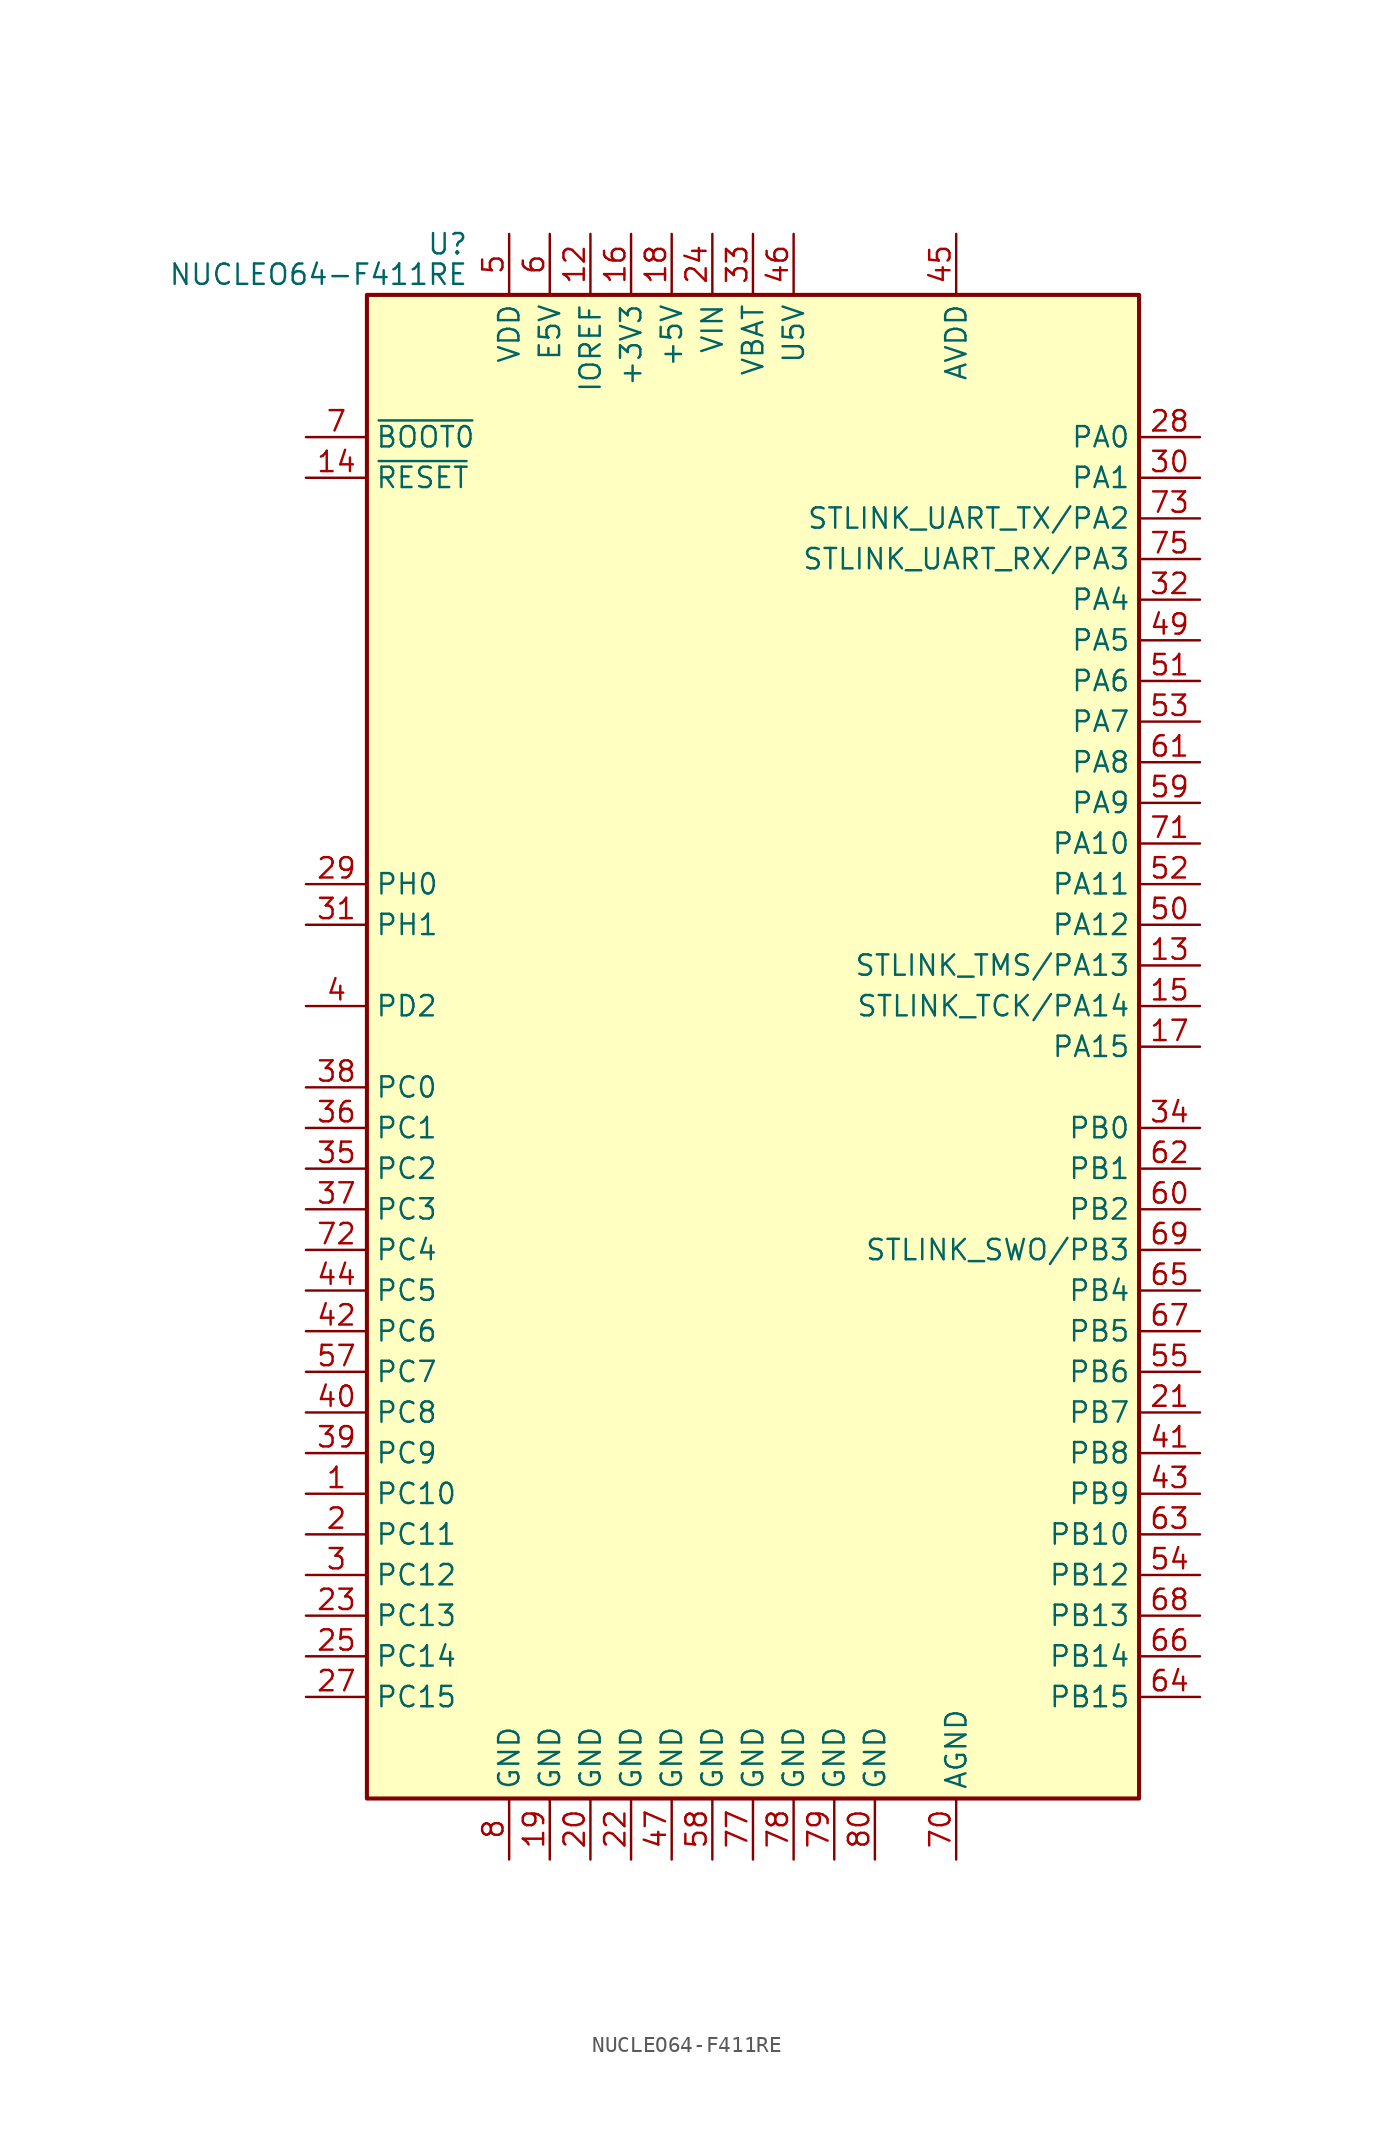
<source format=kicad_sym>
(kicad_symbol_lib
  (version 20211014)
  (generator kicad_symbol_editor)
  (symbol "NUCLEO64-F411RE"
    (property "Reference" "U"
      (at -17.78 50.165 0)
      (effects (font (size 1.27 1.27)) (justify right)))
    (property "Value" "NUCLEO64-F411RE"
      (at -17.78 48.26 0)
      (effects (font (size 1.27 1.27)) (justify right)))
    (symbol "NUCLEO64-F411RE_0_1"
      (rectangle (start -24.13 -46.99) (end 24.13 46.99) (stroke (width 0.254) (type default) (color 0 0 0 0)) (fill (type background))))
    (symbol "NUCLEO64-F411RE_1_1"
      (pin bidirectional line (at -27.94 -27.94 0) (length 3.81) (name "PC10" (effects (font (size 1.27 1.27)))) (number "1" (effects (font (size 1.27 1.27)))))
      (pin no_connect line (at -27.94 20.32 0) (length 3.81) hide (name "NC" (effects (font (size 1.27 1.27)))) (number "10" (effects (font (size 1.27 1.27)))))
      (pin no_connect line (at -27.94 15.24 0) (length 3.81) hide (name "NC" (effects (font (size 1.27 1.27)))) (number "11" (effects (font (size 1.27 1.27)))))
      (pin power_in line (at -10.16 50.8 270) (length 3.81) (name "IOREF" (effects (font (size 1.27 1.27)))) (number "12" (effects (font (size 1.27 1.27)))))
      (pin bidirectional line (at 27.94 5.08 180) (length 3.81) (name "STLINK_TMS/PA13" (effects (font (size 1.27 1.27)))) (number "13" (effects (font (size 1.27 1.27)))))
      (pin input line (at -27.94 35.56 0) (length 3.81) (name "~{RESET}" (effects (font (size 1.27 1.27)))) (number "14" (effects (font (size 1.27 1.27)))))
      (pin bidirectional line (at 27.94 2.54 180) (length 3.81) (name "STLINK_TCK/PA14" (effects (font (size 1.27 1.27)))) (number "15" (effects (font (size 1.27 1.27)))))
      (pin power_in line (at -7.62 50.8 270) (length 3.81) (name "+3V3" (effects (font (size 1.27 1.27)))) (number "16" (effects (font (size 1.27 1.27)))))
      (pin bidirectional line (at 27.94 0 180) (length 3.81) (name "PA15" (effects (font (size 1.27 1.27)))) (number "17" (effects (font (size 1.27 1.27)))))
      (pin power_in line (at -5.08 50.8 270) (length 3.81) (name "+5V" (effects (font (size 1.27 1.27)))) (number "18" (effects (font (size 1.27 1.27)))))
      (pin power_in line (at -12.7 -50.8 90) (length 3.81) (name "GND" (effects (font (size 1.27 1.27)))) (number "19" (effects (font (size 1.27 1.27)))))
      (pin bidirectional line (at -27.94 -30.48 0) (length 3.81) (name "PC11" (effects (font (size 1.27 1.27)))) (number "2" (effects (font (size 1.27 1.27)))))
      (pin power_in line (at -10.16 -50.8 90) (length 3.81) (name "GND" (effects (font (size 1.27 1.27)))) (number "20" (effects (font (size 1.27 1.27)))))
      (pin bidirectional line (at 27.94 -22.86 180) (length 3.81) (name "PB7" (effects (font (size 1.27 1.27)))) (number "21" (effects (font (size 1.27 1.27)))))
      (pin power_in line (at -7.62 -50.8 90) (length 3.81) (name "GND" (effects (font (size 1.27 1.27)))) (number "22" (effects (font (size 1.27 1.27)))))
      (pin bidirectional line (at -27.94 -35.56 0) (length 3.81) (name "PC13" (effects (font (size 1.27 1.27)))) (number "23" (effects (font (size 1.27 1.27)))))
      (pin power_in line (at -2.54 50.8 270) (length 3.81) (name "VIN" (effects (font (size 1.27 1.27)))) (number "24" (effects (font (size 1.27 1.27)))))
      (pin bidirectional line (at -27.94 -38.1 0) (length 3.81) (name "PC14" (effects (font (size 1.27 1.27)))) (number "25" (effects (font (size 1.27 1.27)))))
      (pin no_connect line (at -27.94 22.86 0) (length 3.81) hide (name "NC" (effects (font (size 1.27 1.27)))) (number "26" (effects (font (size 1.27 1.27)))))
      (pin bidirectional line (at -27.94 -40.64 0) (length 3.81) (name "PC15" (effects (font (size 1.27 1.27)))) (number "27" (effects (font (size 1.27 1.27)))))
      (pin bidirectional line (at 27.94 38.1 180) (length 3.81) (name "PA0" (effects (font (size 1.27 1.27)))) (number "28" (effects (font (size 1.27 1.27)))))
      (pin bidirectional line (at -27.94 10.16 0) (length 3.81) (name "PH0" (effects (font (size 1.27 1.27)))) (number "29" (effects (font (size 1.27 1.27)))))
      (pin bidirectional line (at -27.94 -33.02 0) (length 3.81) (name "PC12" (effects (font (size 1.27 1.27)))) (number "3" (effects (font (size 1.27 1.27)))))
      (pin bidirectional line (at 27.94 35.56 180) (length 3.81) (name "PA1" (effects (font (size 1.27 1.27)))) (number "30" (effects (font (size 1.27 1.27)))))
      (pin bidirectional line (at -27.94 7.62 0) (length 3.81) (name "PH1" (effects (font (size 1.27 1.27)))) (number "31" (effects (font (size 1.27 1.27)))))
      (pin bidirectional line (at 27.94 27.94 180) (length 3.81) (name "PA4" (effects (font (size 1.27 1.27)))) (number "32" (effects (font (size 1.27 1.27)))))
      (pin power_in line (at 0 50.8 270) (length 3.81) (name "VBAT" (effects (font (size 1.27 1.27)))) (number "33" (effects (font (size 1.27 1.27)))))
      (pin bidirectional line (at 27.94 -5.08 180) (length 3.81) (name "PB0" (effects (font (size 1.27 1.27)))) (number "34" (effects (font (size 1.27 1.27)))))
      (pin bidirectional line (at -27.94 -7.62 0) (length 3.81) (name "PC2" (effects (font (size 1.27 1.27)))) (number "35" (effects (font (size 1.27 1.27)))))
      (pin bidirectional line (at -27.94 -5.08 0) (length 3.81) (name "PC1" (effects (font (size 1.27 1.27)))) (number "36" (effects (font (size 1.27 1.27)))))
      (pin bidirectional line (at -27.94 -10.16 0) (length 3.81) (name "PC3" (effects (font (size 1.27 1.27)))) (number "37" (effects (font (size 1.27 1.27)))))
      (pin bidirectional line (at -27.94 -2.54 0) (length 3.81) (name "PC0" (effects (font (size 1.27 1.27)))) (number "38" (effects (font (size 1.27 1.27)))))
      (pin bidirectional line (at -27.94 -25.4 0) (length 3.81) (name "PC9" (effects (font (size 1.27 1.27)))) (number "39" (effects (font (size 1.27 1.27)))))
      (pin bidirectional line (at -27.94 2.54 0) (length 3.81) (name "PD2" (effects (font (size 1.27 1.27)))) (number "4" (effects (font (size 1.27 1.27)))))
      (pin bidirectional line (at -27.94 -22.86 0) (length 3.81) (name "PC8" (effects (font (size 1.27 1.27)))) (number "40" (effects (font (size 1.27 1.27)))))
      (pin bidirectional line (at 27.94 -25.4 180) (length 3.81) (name "PB8" (effects (font (size 1.27 1.27)))) (number "41" (effects (font (size 1.27 1.27)))))
      (pin bidirectional line (at -27.94 -17.78 0) (length 3.81) (name "PC6" (effects (font (size 1.27 1.27)))) (number "42" (effects (font (size 1.27 1.27)))))
      (pin bidirectional line (at 27.94 -27.94 180) (length 3.81) (name "PB9" (effects (font (size 1.27 1.27)))) (number "43" (effects (font (size 1.27 1.27)))))
      (pin bidirectional line (at -27.94 -15.24 0) (length 3.81) (name "PC5" (effects (font (size 1.27 1.27)))) (number "44" (effects (font (size 1.27 1.27)))))
      (pin power_in line (at 12.7 50.8 270) (length 3.81) (name "AVDD" (effects (font (size 1.27 1.27)))) (number "45" (effects (font (size 1.27 1.27)))))
      (pin power_in line (at 2.54 50.8 270) (length 3.81) (name "U5V" (effects (font (size 1.27 1.27)))) (number "46" (effects (font (size 1.27 1.27)))))
      (pin power_in line (at -5.08 -50.8 90) (length 3.81) (name "GND" (effects (font (size 1.27 1.27)))) (number "47" (effects (font (size 1.27 1.27)))))
      (pin no_connect line (at -27.94 25.4 0) (length 3.81) hide (name "NC" (effects (font (size 1.27 1.27)))) (number "48" (effects (font (size 1.27 1.27)))))
      (pin bidirectional line (at 27.94 25.4 180) (length 3.81) (name "PA5" (effects (font (size 1.27 1.27)))) (number "49" (effects (font (size 1.27 1.27)))))
      (pin power_in line (at -15.24 50.8 270) (length 3.81) (name "VDD" (effects (font (size 1.27 1.27)))) (number "5" (effects (font (size 1.27 1.27)))))
      (pin bidirectional line (at 27.94 7.62 180) (length 3.81) (name "PA12" (effects (font (size 1.27 1.27)))) (number "50" (effects (font (size 1.27 1.27)))))
      (pin bidirectional line (at 27.94 22.86 180) (length 3.81) (name "PA6" (effects (font (size 1.27 1.27)))) (number "51" (effects (font (size 1.27 1.27)))))
      (pin bidirectional line (at 27.94 10.16 180) (length 3.81) (name "PA11" (effects (font (size 1.27 1.27)))) (number "52" (effects (font (size 1.27 1.27)))))
      (pin bidirectional line (at 27.94 20.32 180) (length 3.81) (name "PA7" (effects (font (size 1.27 1.27)))) (number "53" (effects (font (size 1.27 1.27)))))
      (pin bidirectional line (at 27.94 -33.02 180) (length 3.81) (name "PB12" (effects (font (size 1.27 1.27)))) (number "54" (effects (font (size 1.27 1.27)))))
      (pin bidirectional line (at 27.94 -20.32 180) (length 3.81) (name "PB6" (effects (font (size 1.27 1.27)))) (number "55" (effects (font (size 1.27 1.27)))))
      (pin no_connect line (at -27.94 33.02 0) (length 3.81) hide (name "NC" (effects (font (size 1.27 1.27)))) (number "56" (effects (font (size 1.27 1.27)))))
      (pin bidirectional line (at -27.94 -20.32 0) (length 3.81) (name "PC7" (effects (font (size 1.27 1.27)))) (number "57" (effects (font (size 1.27 1.27)))))
      (pin power_in line (at -2.54 -50.8 90) (length 3.81) (name "GND" (effects (font (size 1.27 1.27)))) (number "58" (effects (font (size 1.27 1.27)))))
      (pin bidirectional line (at 27.94 15.24 180) (length 3.81) (name "PA9" (effects (font (size 1.27 1.27)))) (number "59" (effects (font (size 1.27 1.27)))))
      (pin power_in line (at -12.7 50.8 270) (length 3.81) (name "E5V" (effects (font (size 1.27 1.27)))) (number "6" (effects (font (size 1.27 1.27)))))
      (pin bidirectional line (at 27.94 -10.16 180) (length 3.81) (name "PB2" (effects (font (size 1.27 1.27)))) (number "60" (effects (font (size 1.27 1.27)))))
      (pin bidirectional line (at 27.94 17.78 180) (length 3.81) (name "PA8" (effects (font (size 1.27 1.27)))) (number "61" (effects (font (size 1.27 1.27)))))
      (pin bidirectional line (at 27.94 -7.62 180) (length 3.81) (name "PB1" (effects (font (size 1.27 1.27)))) (number "62" (effects (font (size 1.27 1.27)))))
      (pin bidirectional line (at 27.94 -30.48 180) (length 3.81) (name "PB10" (effects (font (size 1.27 1.27)))) (number "63" (effects (font (size 1.27 1.27)))))
      (pin bidirectional line (at 27.94 -40.64 180) (length 3.81) (name "PB15" (effects (font (size 1.27 1.27)))) (number "64" (effects (font (size 1.27 1.27)))))
      (pin bidirectional line (at 27.94 -15.24 180) (length 3.81) (name "PB4" (effects (font (size 1.27 1.27)))) (number "65" (effects (font (size 1.27 1.27)))))
      (pin bidirectional line (at 27.94 -38.1 180) (length 3.81) (name "PB14" (effects (font (size 1.27 1.27)))) (number "66" (effects (font (size 1.27 1.27)))))
      (pin bidirectional line (at 27.94 -17.78 180) (length 3.81) (name "PB5" (effects (font (size 1.27 1.27)))) (number "67" (effects (font (size 1.27 1.27)))))
      (pin bidirectional line (at 27.94 -35.56 180) (length 3.81) (name "PB13" (effects (font (size 1.27 1.27)))) (number "68" (effects (font (size 1.27 1.27)))))
      (pin bidirectional line (at 27.94 -12.7 180) (length 3.81) (name "STLINK_SWO/PB3" (effects (font (size 1.27 1.27)))) (number "69" (effects (font (size 1.27 1.27)))))
      (pin input line (at -27.94 38.1 0) (length 3.81) (name "~{BOOT0}" (effects (font (size 1.27 1.27)))) (number "7" (effects (font (size 1.27 1.27)))))
      (pin power_in line (at 12.7 -50.8 90) (length 3.81) (name "AGND" (effects (font (size 1.27 1.27)))) (number "70" (effects (font (size 1.27 1.27)))))
      (pin bidirectional line (at 27.94 12.7 180) (length 3.81) (name "PA10" (effects (font (size 1.27 1.27)))) (number "71" (effects (font (size 1.27 1.27)))))
      (pin bidirectional line (at -27.94 -12.7 0) (length 3.81) (name "PC4" (effects (font (size 1.27 1.27)))) (number "72" (effects (font (size 1.27 1.27)))))
      (pin bidirectional line (at 27.94 33.02 180) (length 3.81) (name "STLINK_UART_TX/PA2" (effects (font (size 1.27 1.27)))) (number "73" (effects (font (size 1.27 1.27)))))
      (pin no_connect line (at -27.94 30.48 0) (length 3.81) hide (name "NC" (effects (font (size 1.27 1.27)))) (number "74" (effects (font (size 1.27 1.27)))))
      (pin bidirectional line (at 27.94 30.48 180) (length 3.81) (name "STLINK_UART_RX/PA3" (effects (font (size 1.27 1.27)))) (number "75" (effects (font (size 1.27 1.27)))))
      (pin no_connect line (at -27.94 27.94 0) (length 3.81) hide (name "NC" (effects (font (size 1.27 1.27)))) (number "76" (effects (font (size 1.27 1.27)))))
      (pin power_in line (at 0 -50.8 90) (length 3.81) (name "GND" (effects (font (size 1.27 1.27)))) (number "77" (effects (font (size 1.27 1.27)))))
      (pin power_in line (at 2.54 -50.8 90) (length 3.81) (name "GND" (effects (font (size 1.27 1.27)))) (number "78" (effects (font (size 1.27 1.27)))))
      (pin power_in line (at 5.08 -50.8 90) (length 3.81) (name "GND" (effects (font (size 1.27 1.27)))) (number "79" (effects (font (size 1.27 1.27)))))
      (pin power_in line (at -15.24 -50.8 90) (length 3.81) (name "GND" (effects (font (size 1.27 1.27)))) (number "8" (effects (font (size 1.27 1.27)))))
      (pin power_in line (at 7.62 -50.8 90) (length 3.81) (name "GND" (effects (font (size 1.27 1.27)))) (number "80" (effects (font (size 1.27 1.27)))))
      (pin no_connect line (at -27.94 17.78 0) (length 3.81) hide (name "NC" (effects (font (size 1.27 1.27)))) (number "9" (effects (font (size 1.27 1.27))))))))
</source>
